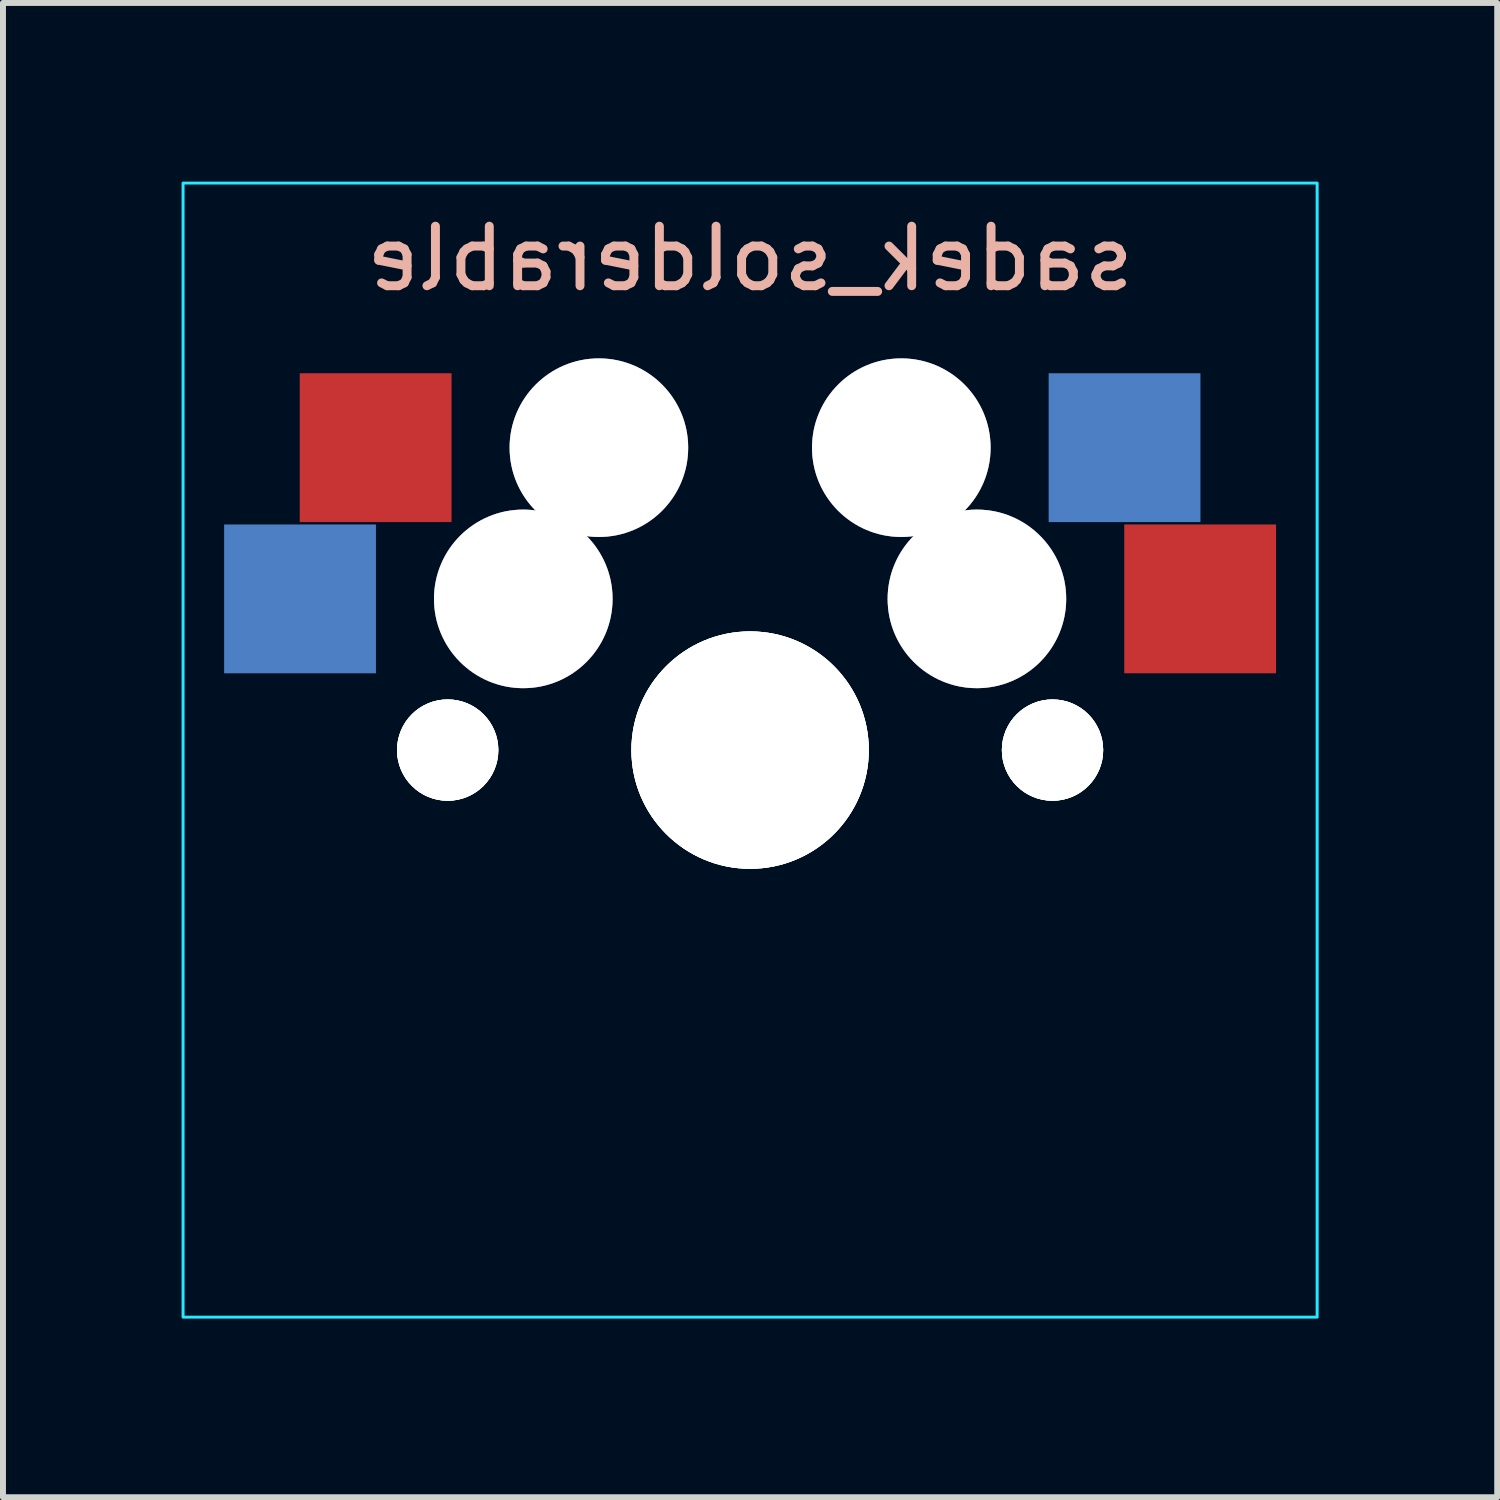
<source format=kicad_pcb>
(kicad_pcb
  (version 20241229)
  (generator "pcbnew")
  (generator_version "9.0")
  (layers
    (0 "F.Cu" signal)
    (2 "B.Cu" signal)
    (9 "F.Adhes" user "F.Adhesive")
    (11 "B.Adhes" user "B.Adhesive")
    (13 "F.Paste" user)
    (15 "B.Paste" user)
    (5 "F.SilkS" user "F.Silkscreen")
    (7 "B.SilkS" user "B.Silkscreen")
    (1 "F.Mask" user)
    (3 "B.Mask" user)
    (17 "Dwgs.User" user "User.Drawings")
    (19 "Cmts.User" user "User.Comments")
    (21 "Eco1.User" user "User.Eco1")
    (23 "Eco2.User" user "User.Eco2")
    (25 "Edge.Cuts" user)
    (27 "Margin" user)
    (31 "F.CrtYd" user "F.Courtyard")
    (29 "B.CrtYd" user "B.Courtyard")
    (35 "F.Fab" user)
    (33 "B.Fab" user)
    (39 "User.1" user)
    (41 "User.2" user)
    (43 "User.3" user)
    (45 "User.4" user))
  (footprint "sadek_solderable"
    (layer "F.Cu")
    (at 9.55 9.55)
    (property "Reference" "sadek_solderable" (at 0 -8.255 0) (layer "B.SilkS") (effects (font (size 1 1) (thickness 0.15)) (justify mirror)))
    (attr smd)
    (fp_rect (start -9.525 9.525) (end 9.525 -9.525) (stroke (width 0.05) (type solid)) (fill no) (layer "B.CrtYd"))
    (pad "" np_thru_hole circle (at -5.08 0) (size 1.702 1.702) (drill 1.702) (layers "*.Cu" "*.Mask"))
    (pad "" np_thru_hole circle (at -5.08 0) (size 1.702 1.702) (drill 1.702) (layers "*.Cu" "*.Mask"))
    (pad "" np_thru_hole circle (at -5.08 0 180) (size 1.702 1.702) (drill 1.702) (layers "*.Cu" "*.Mask"))
    (pad "" np_thru_hole circle (at 0 0) (size 3.988 3.988) (drill 3.988) (layers "*.Cu" "*.Mask"))
    (pad "" np_thru_hole circle (at 0 0 180) (size 3.988 3.988) (drill 3.988) (layers "*.Cu" "*.Mask"))
    (pad "" np_thru_hole circle (at 0 0) (size 3.988 3.988) (drill 3.988) (layers "*.Cu" "*.Mask"))
    (pad "" np_thru_hole circle (at 5.08 0 180) (size 1.702 1.702) (drill 1.702) (layers "*.Cu" "*.Mask"))
    (pad "" np_thru_hole circle (at 5.08 0) (size 1.702 1.702) (drill 1.702) (layers "*.Cu" "*.Mask"))
    (pad "" np_thru_hole circle (at 5.08 0) (size 1.702 1.702) (drill 1.702) (layers "*.Cu" "*.Mask"))
    (pad "1" smd rect (at -6.29 -5.08) (size 2.55 2.5) (layers "F.Cu" "F.Mask" "F.Paste"))
    (pad "1" thru_hole circle (at 2.54 -5.08) (size 3 3) (drill 3) (layers "*.Cu" "*.Mask"))
    (pad "1" thru_hole circle (at 3.81 -2.54) (size 3 3) (drill 3) (layers "*.Cu" "*.Mask"))
    (pad "1" smd rect (at 6.29 -5.08) (size 2.55 2.5) (layers "B.Cu" "B.Mask" "B.Paste"))
    (pad "2" smd rect (at -7.56 -2.54) (size 2.55 2.5) (layers "B.Cu" "B.Mask" "B.Paste"))
    (pad "2" thru_hole circle (at -3.81 -2.54) (size 3 3) (drill 3) (layers "*.Cu" "*.Mask"))
    (pad "2" thru_hole circle (at -2.54 -5.08) (size 3 3) (drill 3) (layers "*.Cu" "*.Mask"))
    (pad "2" smd rect (at 7.56 -2.54) (size 2.55 2.5) (layers "F.Cu" "F.Mask" "F.Paste")))
  (gr_rect
    (start -3 -3)
    (end 22.1 22.1)
    (stroke (width 0.1) (type default))
    (fill no)
    (layer "Edge.Cuts")))
</source>
